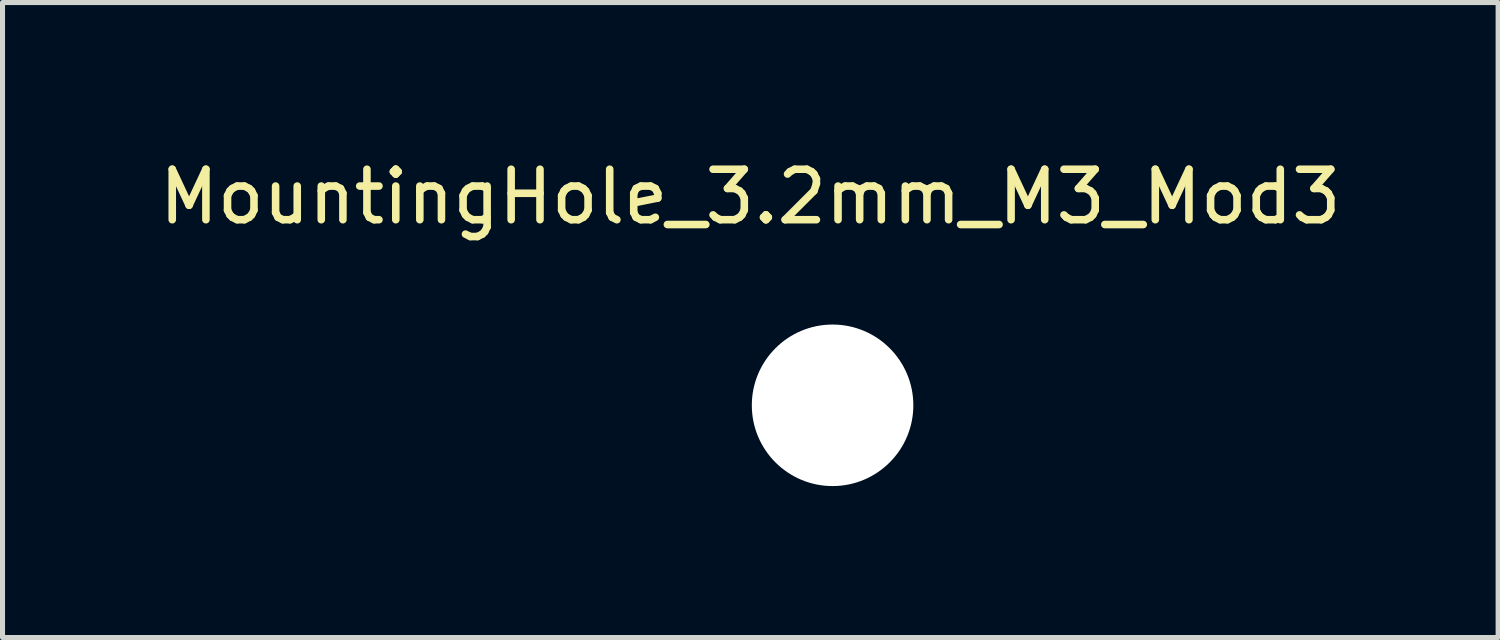
<source format=kicad_pcb>
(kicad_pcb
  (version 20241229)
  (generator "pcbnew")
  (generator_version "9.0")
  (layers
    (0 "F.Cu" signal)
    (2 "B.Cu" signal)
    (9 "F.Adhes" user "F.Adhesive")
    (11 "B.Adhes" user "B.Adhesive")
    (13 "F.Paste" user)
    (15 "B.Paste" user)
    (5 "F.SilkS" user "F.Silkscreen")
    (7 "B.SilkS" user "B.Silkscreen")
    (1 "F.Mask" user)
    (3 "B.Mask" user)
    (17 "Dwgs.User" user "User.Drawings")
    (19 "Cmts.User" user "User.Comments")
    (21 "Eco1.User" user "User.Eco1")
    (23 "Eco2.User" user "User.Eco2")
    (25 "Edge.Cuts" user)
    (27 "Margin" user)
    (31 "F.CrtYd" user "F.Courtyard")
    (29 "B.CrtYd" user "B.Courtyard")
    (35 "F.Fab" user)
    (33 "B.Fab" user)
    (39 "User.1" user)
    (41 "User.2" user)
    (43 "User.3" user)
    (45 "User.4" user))
  (footprint "MountingHole_3.2mm_M3_Mod3"
    (layer "F.Cu")
    (at 11.815 5.048)
    (property "Reference" "MountingHole_3.2mm_M3_Mod3" (at 0 -4.2 0) (layer "F.SilkS") (effects (font (size 1 1) (thickness 0.15))))
    (attr exclude_from_pos_files exclude_from_bom)
    (pad "" np_thru_hole circle (at 1.63 -0.068) (size 3.2 3.2) (drill 3.2) (layers "*.Cu" "*.Mask")))
  (gr_rect
    (start -3 -3)
    (end 26.631 9.58)
    (stroke (width 0.1) (type default))
    (fill no)
    (layer "Edge.Cuts")))
</source>
